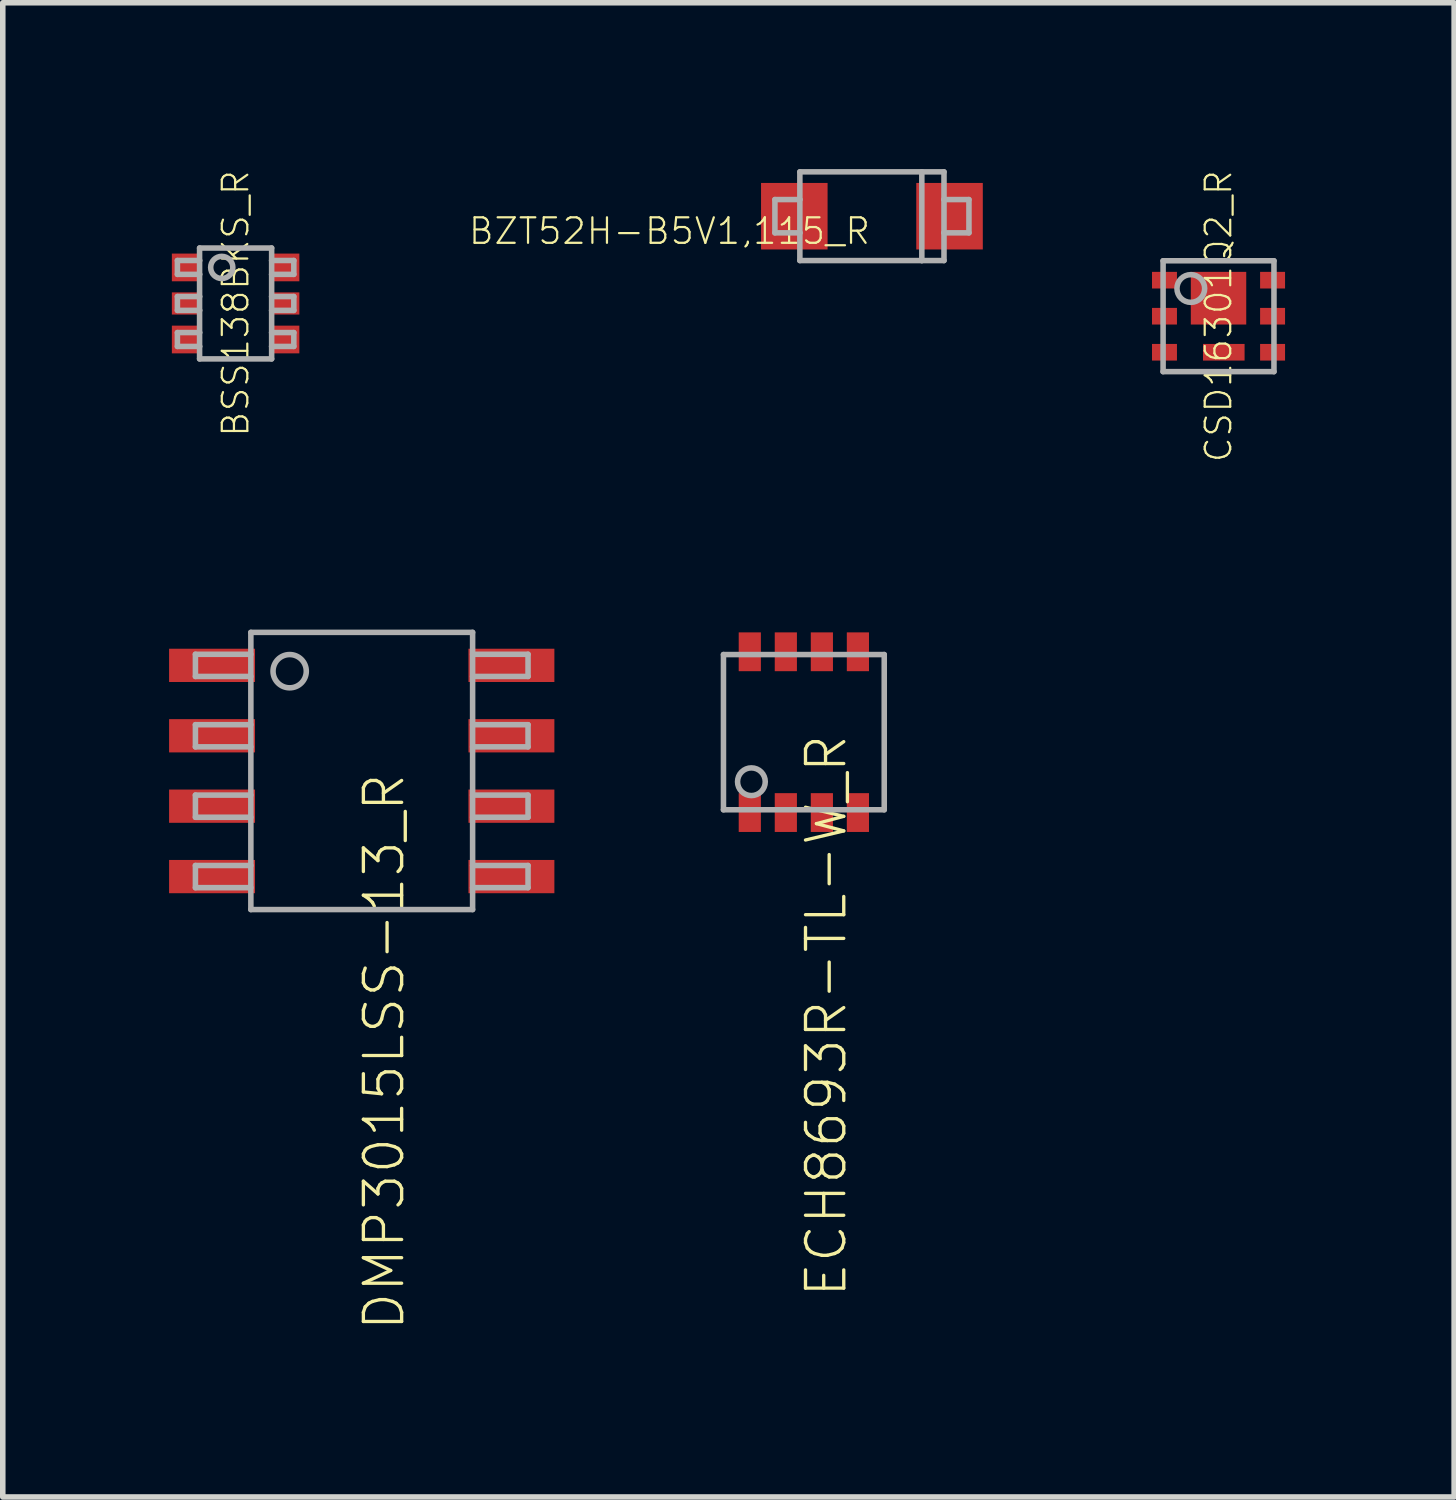
<source format=kicad_pcb>
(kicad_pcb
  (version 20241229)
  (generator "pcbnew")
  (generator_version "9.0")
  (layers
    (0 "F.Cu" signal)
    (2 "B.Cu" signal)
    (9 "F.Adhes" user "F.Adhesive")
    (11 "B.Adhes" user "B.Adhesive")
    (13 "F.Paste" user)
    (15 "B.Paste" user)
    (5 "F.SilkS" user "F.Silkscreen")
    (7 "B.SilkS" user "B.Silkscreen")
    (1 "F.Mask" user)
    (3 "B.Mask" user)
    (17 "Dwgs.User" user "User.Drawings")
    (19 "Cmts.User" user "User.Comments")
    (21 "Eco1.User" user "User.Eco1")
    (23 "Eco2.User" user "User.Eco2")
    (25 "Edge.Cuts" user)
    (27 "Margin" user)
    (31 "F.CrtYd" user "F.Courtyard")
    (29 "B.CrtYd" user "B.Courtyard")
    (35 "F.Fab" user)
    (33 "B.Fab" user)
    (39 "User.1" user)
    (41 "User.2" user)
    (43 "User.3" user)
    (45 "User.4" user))
  (footprint "BSS138BKS_R"
    (layer "F.Cu")
    (at 1.2 2.424)
    (property "Reference" "BSS138BKS_R" (at 0 0 90) (unlocked yes) (layer "F.SilkS") (effects (font (size 0.46 0.46) (thickness 0.04))))
    (fp_poly (pts (xy -1.2 -0.35) (xy -0.6 -0.35) (xy -0.6 -0.95) (xy -1.2 -0.95)) (stroke (width 0) (type default)) (fill yes) (layer "F.Mask"))
    (fp_poly (pts (xy -1.2 0.25) (xy -0.6 0.25) (xy -0.6 -0.25) (xy -1.2 -0.25)) (stroke (width 0) (type default)) (fill yes) (layer "F.Mask"))
    (fp_poly (pts (xy -1.2 0.95) (xy -0.6 0.95) (xy -0.6 0.35) (xy -1.2 0.35)) (stroke (width 0) (type default)) (fill yes) (layer "F.Mask"))
    (fp_poly (pts (xy 0.6 -0.35) (xy 1.2 -0.35) (xy 1.2 -0.95) (xy 0.6 -0.95)) (stroke (width 0) (type default)) (fill yes) (layer "F.Mask"))
    (fp_poly (pts (xy 0.6 0.25) (xy 1.2 0.25) (xy 1.2 -0.25) (xy 0.6 -0.25)) (stroke (width 0) (type default)) (fill yes) (layer "F.Mask"))
    (fp_poly (pts (xy 0.6 0.95) (xy 1.2 0.95) (xy 1.2 0.35) (xy 0.6 0.35)) (stroke (width 0) (type default)) (fill yes) (layer "F.Mask"))
    (fp_poly (pts (xy -0.65 -0.4) (xy -1.15 -0.4) (xy -1.15 -0.9) (xy -0.65 -0.9)) (stroke (width 0) (type default)) (fill yes) (layer "F.Paste"))
    (fp_poly (pts (xy -0.65 0.2) (xy -1.15 0.2) (xy -1.15 -0.2) (xy -0.65 -0.2)) (stroke (width 0) (type default)) (fill yes) (layer "F.Paste"))
    (fp_poly (pts (xy -0.65 0.9) (xy -1.15 0.9) (xy -1.15 0.4) (xy -0.65 0.4)) (stroke (width 0) (type default)) (fill yes) (layer "F.Paste"))
    (fp_poly (pts (xy 1.15 -0.4) (xy 0.65 -0.4) (xy 0.65 -0.9) (xy 1.15 -0.9)) (stroke (width 0) (type default)) (fill yes) (layer "F.Paste"))
    (fp_poly (pts (xy 1.15 0.2) (xy 0.65 0.2) (xy 0.65 -0.2) (xy 1.15 -0.2)) (stroke (width 0) (type default)) (fill yes) (layer "F.Paste"))
    (fp_poly (pts (xy 1.15 0.9) (xy 0.65 0.9) (xy 0.65 0.4) (xy 1.15 0.4)) (stroke (width 0) (type default)) (fill yes) (layer "F.Paste"))
    (fp_line (start -1.05 -0.775) (end -1.05 -0.525) (stroke (width 0.1) (type solid)) (layer "F.Fab"))
    (fp_line (start -1.05 -0.525) (end -0.65 -0.525) (stroke (width 0.1) (type solid)) (layer "F.Fab"))
    (fp_line (start -1.05 -0.125) (end -1.05 0.125) (stroke (width 0.1) (type solid)) (layer "F.Fab"))
    (fp_line (start -1.05 0.125) (end -0.65 0.125) (stroke (width 0.1) (type solid)) (layer "F.Fab"))
    (fp_line (start -1.05 0.525) (end -1.05 0.775) (stroke (width 0.1) (type solid)) (layer "F.Fab"))
    (fp_line (start -1.05 0.775) (end -0.65 0.775) (stroke (width 0.1) (type solid)) (layer "F.Fab"))
    (fp_line (start -0.65 -1) (end -0.65 -0.775) (stroke (width 0.1) (type solid)) (layer "F.Fab"))
    (fp_line (start -0.65 -1) (end 0.65 -1) (stroke (width 0.1) (type solid)) (layer "F.Fab"))
    (fp_line (start -0.65 -0.775) (end -1.05 -0.775) (stroke (width 0.1) (type solid)) (layer "F.Fab"))
    (fp_line (start -0.65 -0.775) (end -0.65 -0.525) (stroke (width 0.1) (type solid)) (layer "F.Fab"))
    (fp_line (start -0.65 -0.525) (end -0.65 -0.125) (stroke (width 0.1) (type solid)) (layer "F.Fab"))
    (fp_line (start -0.65 -0.125) (end -1.05 -0.125) (stroke (width 0.1) (type solid)) (layer "F.Fab"))
    (fp_line (start -0.65 -0.125) (end -0.65 0.125) (stroke (width 0.1) (type solid)) (layer "F.Fab"))
    (fp_line (start -0.65 0.125) (end -0.65 0.525) (stroke (width 0.1) (type solid)) (layer "F.Fab"))
    (fp_line (start -0.65 0.525) (end -1.05 0.525) (stroke (width 0.1) (type solid)) (layer "F.Fab"))
    (fp_line (start -0.65 0.525) (end -0.65 0.775) (stroke (width 0.1) (type solid)) (layer "F.Fab"))
    (fp_line (start -0.65 0.775) (end -0.65 1) (stroke (width 0.1) (type solid)) (layer "F.Fab"))
    (fp_line (start 0.65 -1) (end 0.65 -0.775) (stroke (width 0.1) (type solid)) (layer "F.Fab"))
    (fp_line (start 0.65 -0.775) (end 0.65 -0.525) (stroke (width 0.1) (type solid)) (layer "F.Fab"))
    (fp_line (start 0.65 -0.525) (end 0.65 -0.125) (stroke (width 0.1) (type solid)) (layer "F.Fab"))
    (fp_line (start 0.65 -0.525) (end 1.05 -0.525) (stroke (width 0.1) (type solid)) (layer "F.Fab"))
    (fp_line (start 0.65 -0.125) (end 0.65 0.125) (stroke (width 0.1) (type solid)) (layer "F.Fab"))
    (fp_line (start 0.65 0.125) (end 0.65 0.525) (stroke (width 0.1) (type solid)) (layer "F.Fab"))
    (fp_line (start 0.65 0.125) (end 1.05 0.125) (stroke (width 0.1) (type solid)) (layer "F.Fab"))
    (fp_line (start 0.65 0.525) (end 0.65 0.775) (stroke (width 0.1) (type solid)) (layer "F.Fab"))
    (fp_line (start 0.65 0.775) (end 0.65 1) (stroke (width 0.1) (type solid)) (layer "F.Fab"))
    (fp_line (start 0.65 0.775) (end 1.05 0.775) (stroke (width 0.1) (type solid)) (layer "F.Fab"))
    (fp_line (start 0.65 1) (end -0.65 1) (stroke (width 0.1) (type solid)) (layer "F.Fab"))
    (fp_line (start 1.05 -0.775) (end 0.65 -0.775) (stroke (width 0.1) (type solid)) (layer "F.Fab"))
    (fp_line (start 1.05 -0.525) (end 1.05 -0.775) (stroke (width 0.1) (type solid)) (layer "F.Fab"))
    (fp_line (start 1.05 -0.125) (end 0.65 -0.125) (stroke (width 0.1) (type solid)) (layer "F.Fab"))
    (fp_line (start 1.05 0.125) (end 1.05 -0.125) (stroke (width 0.1) (type solid)) (layer "F.Fab"))
    (fp_line (start 1.05 0.525) (end 0.65 0.525) (stroke (width 0.1) (type solid)) (layer "F.Fab"))
    (fp_line (start 1.05 0.775) (end 1.05 0.525) (stroke (width 0.1) (type solid)) (layer "F.Fab"))
    (fp_circle (center -0.25 -0.65) (end -0.05 -0.65) (stroke (width 0.1) (type solid)) (fill no) (layer "F.Fab"))
    (pad "1" smd rect (at -0.9 -0.65) (size 0.5 0.5) (layers "F.Cu"))
    (pad "2" smd rect (at -0.9 0) (size 0.5 0.4) (layers "F.Cu"))
    (pad "3" smd rect (at -0.9 0.65) (size 0.5 0.5) (layers "F.Cu"))
    (pad "4" smd rect (at 0.9 0.65) (size 0.5 0.5) (layers "F.Cu"))
    (pad "5" smd rect (at 0.9 0) (size 0.5 0.4) (layers "F.Cu"))
    (pad "6" smd rect (at 0.9 -0.65) (size 0.5 0.5) (layers "F.Cu")))
  (footprint "CSD16301Q2_R"
    (layer "F.Cu")
    (at 18.93 2.654)
    (property "Reference" "CSD16301Q2_R" (at 0 0 90) (unlocked yes) (layer "F.SilkS") (effects (font (size 0.46 0.46) (thickness 0.04))))
    (fp_poly (pts (xy -1.25 -0.45) (xy -0.7 -0.45) (xy -0.7 -0.85) (xy -1.25 -0.85)) (stroke (width 0) (type default)) (fill yes) (layer "F.Mask"))
    (fp_poly (pts (xy -1.25 0.2) (xy -0.7 0.2) (xy -0.7 -0.2) (xy -1.25 -0.2)) (stroke (width 0) (type default)) (fill yes) (layer "F.Mask"))
    (fp_poly (pts (xy -1.25 0.85) (xy -0.7 0.85) (xy -0.7 0.45) (xy -1.25 0.45)) (stroke (width 0) (type default)) (fill yes) (layer "F.Mask"))
    (fp_poly (pts (xy -0.55 0.2) (xy 0.55 0.2) (xy 0.55 -0.85) (xy -0.55 -0.85)) (stroke (width 0) (type default)) (fill yes) (layer "F.Mask"))
    (fp_poly (pts (xy -0.33 0.85) (xy 0.52 0.85) (xy 0.52 0.45) (xy -0.33 0.45)) (stroke (width 0) (type default)) (fill yes) (layer "F.Mask"))
    (fp_poly (pts (xy 0.7 -0.45) (xy 1.25 -0.45) (xy 1.25 -0.85) (xy 0.7 -0.85)) (stroke (width 0) (type default)) (fill yes) (layer "F.Mask"))
    (fp_poly (pts (xy 0.7 0.2) (xy 1.25 0.2) (xy 1.25 -0.2) (xy 0.7 -0.2)) (stroke (width 0) (type default)) (fill yes) (layer "F.Mask"))
    (fp_poly (pts (xy 0.7 0.85) (xy 1.25 0.85) (xy 1.25 0.45) (xy 0.7 0.45)) (stroke (width 0) (type default)) (fill yes) (layer "F.Mask"))
    (fp_poly (pts (xy -0.45 0.075) (xy 0.45 0.075) (xy 0.45 -0.725) (xy -0.45 -0.725)) (stroke (width 0) (type default)) (fill yes) (layer "F.Paste"))
    (fp_poly (pts (xy -0.26 0.8) (xy 0.45 0.8) (xy 0.45 0.5) (xy -0.26 0.5)) (stroke (width 0) (type default)) (fill yes) (layer "F.Paste"))
    (fp_line (start -1 -1) (end 1 -1) (stroke (width 0.1) (type solid)) (layer "F.Fab"))
    (fp_line (start -1 1) (end -1 -1) (stroke (width 0.1) (type solid)) (layer "F.Fab"))
    (fp_line (start 1 -1) (end 1 1) (stroke (width 0.1) (type solid)) (layer "F.Fab"))
    (fp_line (start 1 1) (end -1 1) (stroke (width 0.1) (type solid)) (layer "F.Fab"))
    (fp_circle (center -0.5 -0.5) (end -0.25 -0.5) (stroke (width 0.1) (type solid)) (fill no) (layer "F.Fab"))
    (pad "1" smd rect (at -0.975 -0.65) (size 0.45 0.3) (layers "F.Cu" "F.Paste"))
    (pad "2" smd rect (at -0.975 0) (size 0.45 0.3) (layers "F.Cu" "F.Paste"))
    (pad "3" smd rect (at -0.975 0.65) (size 0.45 0.3) (layers "F.Cu" "F.Paste"))
    (pad "4" smd rect (at 0.975 0.65) (size 0.45 0.3) (layers "F.Cu" "F.Paste"))
    (pad "5" smd rect (at 0.975 0) (size 0.45 0.3) (layers "F.Cu" "F.Paste"))
    (pad "6" smd rect (at 0.975 -0.65) (size 0.45 0.3) (layers "F.Cu" "F.Paste"))
    (pad "7" smd rect (at 0.095 0.65) (size 0.75 0.3) (layers "F.Cu"))
    (pad "8" smd rect (at 0 -0.325) (size 1 0.95) (layers "F.Cu")))
  (footprint "BZT52H-B5V1,115_R"
    (layer "F.Cu")
    (at 12.678 0.85)
    (property "Reference" "BZT52H-B5V1,115_R" (at 0 0 0) (unlocked yes) (layer "F.SilkS") (effects (font (size 0.46 0.46) (thickness 0.04)) (justify right top)))
    (fp_poly (pts (xy -0.799 0.601) (xy -2.001 0.601) (xy -2.001 -0.601) (xy -0.799 -0.601)) (stroke (width 0) (type default)) (fill yes) (layer "F.Paste"))
    (fp_poly (pts (xy 2.001 0.601) (xy 0.799 0.601) (xy 0.799 -0.601) (xy 2.001 -0.601)) (stroke (width 0) (type default)) (fill yes) (layer "F.Paste"))
    (fp_line (start -1.75 -0.3) (end -1.75 0.3) (stroke (width 0.1) (type solid)) (layer "F.Fab"))
    (fp_line (start -1.75 0.3) (end -1.3 0.3) (stroke (width 0.1) (type solid)) (layer "F.Fab"))
    (fp_line (start -1.3 -0.8) (end -1.3 -0.3) (stroke (width 0.1) (type solid)) (layer "F.Fab"))
    (fp_line (start -1.3 -0.3) (end -1.75 -0.3) (stroke (width 0.1) (type solid)) (layer "F.Fab"))
    (fp_line (start -1.3 -0.3) (end -1.3 0.3) (stroke (width 0.1) (type solid)) (layer "F.Fab"))
    (fp_line (start -1.3 0.3) (end -1.3 0.8) (stroke (width 0.1) (type solid)) (layer "F.Fab"))
    (fp_line (start -1.3 0.8) (end 0.9 0.8) (stroke (width 0.1) (type solid)) (layer "F.Fab"))
    (fp_line (start 0.9 -0.8) (end -1.3 -0.8) (stroke (width 0.1) (type solid)) (layer "F.Fab"))
    (fp_line (start 0.9 -0.8) (end 0.9 0.8) (stroke (width 0.1) (type solid)) (layer "F.Fab"))
    (fp_line (start 0.9 0.8) (end 1.3 0.8) (stroke (width 0.1) (type solid)) (layer "F.Fab"))
    (fp_line (start 1.3 -0.8) (end 0.9 -0.8) (stroke (width 0.1) (type solid)) (layer "F.Fab"))
    (fp_line (start 1.3 -0.3) (end 1.3 -0.8) (stroke (width 0.1) (type solid)) (layer "F.Fab"))
    (fp_line (start 1.3 -0.3) (end 1.75 -0.3) (stroke (width 0.1) (type solid)) (layer "F.Fab"))
    (fp_line (start 1.3 0.3) (end 1.3 -0.3) (stroke (width 0.1) (type solid)) (layer "F.Fab"))
    (fp_line (start 1.3 0.8) (end 1.3 0.3) (stroke (width 0.1) (type solid)) (layer "F.Fab"))
    (fp_line (start 1.75 -0.3) (end 1.75 0.3) (stroke (width 0.1) (type solid)) (layer "F.Fab"))
    (fp_line (start 1.75 0.3) (end 1.3 0.3) (stroke (width 0.1) (type solid)) (layer "F.Fab"))
    (pad "1" smd rect (at 1.4 0) (size 1.2 1.2) (layers "F.Cu" "F.Mask"))
    (pad "2" smd rect (at -1.4 0) (size 1.2 1.2) (layers "F.Cu" "F.Mask")))
  (footprint "ECH8693R-TL-W_R"
    (layer "F.Cu")
    (at 11.45 10.157)
    (property "Reference" "ECH8693R-TL-W_R" (at 0 0 90) (unlocked yes) (layer "F.SilkS") (effects (font (size 0.69 0.69) (thickness 0.06)) (justify right top)))
    (fp_poly (pts (xy -1.225 -1.05) (xy -0.725 -1.05) (xy -0.725 -1.85) (xy -1.225 -1.85)) (stroke (width 0) (type default)) (fill yes) (layer "F.Mask"))
    (fp_poly (pts (xy -1.225 1.85) (xy -0.725 1.85) (xy -0.725 1.05) (xy -1.225 1.05)) (stroke (width 0) (type default)) (fill yes) (layer "F.Mask"))
    (fp_poly (pts (xy -0.575 -1.05) (xy -0.075 -1.05) (xy -0.075 -1.85) (xy -0.575 -1.85)) (stroke (width 0) (type default)) (fill yes) (layer "F.Mask"))
    (fp_poly (pts (xy -0.575 1.85) (xy -0.075 1.85) (xy -0.075 1.05) (xy -0.575 1.05)) (stroke (width 0) (type default)) (fill yes) (layer "F.Mask"))
    (fp_poly (pts (xy 0.075 -1.05) (xy 0.575 -1.05) (xy 0.575 -1.85) (xy 0.075 -1.85)) (stroke (width 0) (type default)) (fill yes) (layer "F.Mask"))
    (fp_poly (pts (xy 0.075 1.85) (xy 0.575 1.85) (xy 0.575 1.05) (xy 0.075 1.05)) (stroke (width 0) (type default)) (fill yes) (layer "F.Mask"))
    (fp_poly (pts (xy 0.725 -1.05) (xy 1.225 -1.05) (xy 1.225 -1.85) (xy 0.725 -1.85)) (stroke (width 0) (type default)) (fill yes) (layer "F.Mask"))
    (fp_poly (pts (xy 0.725 1.85) (xy 1.225 1.85) (xy 1.225 1.05) (xy 0.725 1.05)) (stroke (width 0) (type default)) (fill yes) (layer "F.Mask"))
    (fp_poly (pts (xy -0.775 -1.1) (xy -1.175 -1.1) (xy -1.175 -1.8) (xy -0.775 -1.8)) (stroke (width 0) (type default)) (fill yes) (layer "F.Paste"))
    (fp_poly (pts (xy -0.775 1.8) (xy -1.175 1.8) (xy -1.175 1.1) (xy -0.775 1.1)) (stroke (width 0) (type default)) (fill yes) (layer "F.Paste"))
    (fp_poly (pts (xy -0.125 -1.1) (xy -0.525 -1.1) (xy -0.525 -1.8) (xy -0.125 -1.8)) (stroke (width 0) (type default)) (fill yes) (layer "F.Paste"))
    (fp_poly (pts (xy -0.125 1.8) (xy -0.525 1.8) (xy -0.525 1.1) (xy -0.125 1.1)) (stroke (width 0) (type default)) (fill yes) (layer "F.Paste"))
    (fp_poly (pts (xy 0.525 -1.1) (xy 0.125 -1.1) (xy 0.125 -1.8) (xy 0.525 -1.8)) (stroke (width 0) (type default)) (fill yes) (layer "F.Paste"))
    (fp_poly (pts (xy 0.525 1.8) (xy 0.125 1.8) (xy 0.125 1.1) (xy 0.525 1.1)) (stroke (width 0) (type default)) (fill yes) (layer "F.Paste"))
    (fp_poly (pts (xy 1.175 -1.1) (xy 0.775 -1.1) (xy 0.775 -1.8) (xy 1.175 -1.8)) (stroke (width 0) (type default)) (fill yes) (layer "F.Paste"))
    (fp_poly (pts (xy 1.175 1.8) (xy 0.775 1.8) (xy 0.775 1.1) (xy 1.175 1.1)) (stroke (width 0) (type default)) (fill yes) (layer "F.Paste"))
    (fp_line (start -1.45 -1.4) (end -1.45 1.4) (stroke (width 0.1) (type solid)) (layer "F.Fab"))
    (fp_line (start -1.45 1.4) (end 1.45 1.4) (stroke (width 0.1) (type solid)) (layer "F.Fab"))
    (fp_line (start 1.45 -1.4) (end -1.45 -1.4) (stroke (width 0.1) (type solid)) (layer "F.Fab"))
    (fp_line (start 1.45 1.4) (end 1.45 -1.4) (stroke (width 0.1) (type solid)) (layer "F.Fab"))
    (fp_circle (center -0.946 0.894) (end -0.696 0.894) (stroke (width 0.1) (type solid)) (fill no) (layer "F.Fab"))
    (pad "1" smd rect (at -0.975 1.45) (size 0.4 0.7) (layers "F.Cu"))
    (pad "2" smd rect (at -0.325 1.45) (size 0.4 0.7) (layers "F.Cu"))
    (pad "3" smd rect (at 0.325 1.45) (size 0.4 0.7) (layers "F.Cu"))
    (pad "4" smd rect (at 0.975 1.45) (size 0.4 0.7) (layers "F.Cu"))
    (pad "5" smd rect (at 0.975 -1.45) (size 0.4 0.7) (layers "F.Cu"))
    (pad "6" smd rect (at 0.325 -1.45) (size 0.4 0.7) (layers "F.Cu"))
    (pad "7" smd rect (at -0.325 -1.45) (size 0.4 0.7) (layers "F.Cu"))
    (pad "8" smd rect (at -0.975 -1.45) (size 0.4 0.7) (layers "F.Cu")))
  (footprint "DMP3015LSS-13_R"
    (layer "F.Cu")
    (at 3.475 10.857)
    (property "Reference" "DMP3015LSS-13_R" (at 0 0 90) (unlocked yes) (layer "F.SilkS") (effects (font (size 0.69 0.69) (thickness 0.06)) (justify right top)))
    (fp_poly (pts (xy -1.925 -1.605) (xy -3.475 -1.605) (xy -3.475 -2.205) (xy -1.925 -2.205)) (stroke (width 0) (type default)) (fill yes) (layer "F.Paste"))
    (fp_poly (pts (xy -1.925 -0.335) (xy -3.475 -0.335) (xy -3.475 -0.935) (xy -1.925 -0.935)) (stroke (width 0) (type default)) (fill yes) (layer "F.Paste"))
    (fp_poly (pts (xy -1.925 0.935) (xy -3.475 0.935) (xy -3.475 0.335) (xy -1.925 0.335)) (stroke (width 0) (type default)) (fill yes) (layer "F.Paste"))
    (fp_poly (pts (xy -1.925 2.205) (xy -3.475 2.205) (xy -3.475 1.605) (xy -1.925 1.605)) (stroke (width 0) (type default)) (fill yes) (layer "F.Paste"))
    (fp_poly (pts (xy 3.475 -1.605) (xy 1.925 -1.605) (xy 1.925 -2.205) (xy 3.475 -2.205)) (stroke (width 0) (type default)) (fill yes) (layer "F.Paste"))
    (fp_poly (pts (xy 3.475 -0.335) (xy 1.925 -0.335) (xy 1.925 -0.935) (xy 3.475 -0.935)) (stroke (width 0) (type default)) (fill yes) (layer "F.Paste"))
    (fp_poly (pts (xy 3.475 0.935) (xy 1.925 0.935) (xy 1.925 0.335) (xy 3.475 0.335)) (stroke (width 0) (type default)) (fill yes) (layer "F.Paste"))
    (fp_poly (pts (xy 3.475 2.205) (xy 1.925 2.205) (xy 1.925 1.605) (xy 3.475 1.605)) (stroke (width 0) (type default)) (fill yes) (layer "F.Paste"))
    (fp_line (start -3 -2.105) (end -2 -2.105) (stroke (width 0.1) (type solid)) (layer "F.Fab"))
    (fp_line (start -3 -1.705) (end -3 -2.105) (stroke (width 0.1) (type solid)) (layer "F.Fab"))
    (fp_line (start -3 -0.835) (end -2 -0.835) (stroke (width 0.1) (type solid)) (layer "F.Fab"))
    (fp_line (start -3 -0.435) (end -3 -0.835) (stroke (width 0.1) (type solid)) (layer "F.Fab"))
    (fp_line (start -3 0.435) (end -2 0.435) (stroke (width 0.1) (type solid)) (layer "F.Fab"))
    (fp_line (start -3 0.835) (end -3 0.435) (stroke (width 0.1) (type solid)) (layer "F.Fab"))
    (fp_line (start -3 1.705) (end -2 1.705) (stroke (width 0.1) (type solid)) (layer "F.Fab"))
    (fp_line (start -3 2.105) (end -3 1.705) (stroke (width 0.1) (type solid)) (layer "F.Fab"))
    (fp_line (start -2 -2.5) (end 2 -2.5) (stroke (width 0.1) (type solid)) (layer "F.Fab"))
    (fp_line (start -2 -1.705) (end -3 -1.705) (stroke (width 0.1) (type solid)) (layer "F.Fab"))
    (fp_line (start -2 -0.435) (end -3 -0.435) (stroke (width 0.1) (type solid)) (layer "F.Fab"))
    (fp_line (start -2 0.835) (end -3 0.835) (stroke (width 0.1) (type solid)) (layer "F.Fab"))
    (fp_line (start -2 2.105) (end -3 2.105) (stroke (width 0.1) (type solid)) (layer "F.Fab"))
    (fp_line (start -2 2.5) (end -2 -2.5) (stroke (width 0.1) (type solid)) (layer "F.Fab"))
    (fp_line (start 2 -2.5) (end 2 2.5) (stroke (width 0.1) (type solid)) (layer "F.Fab"))
    (fp_line (start 2 -2.105) (end 3 -2.105) (stroke (width 0.1) (type solid)) (layer "F.Fab"))
    (fp_line (start 2 -0.835) (end 3 -0.835) (stroke (width 0.1) (type solid)) (layer "F.Fab"))
    (fp_line (start 2 0.435) (end 3 0.435) (stroke (width 0.1) (type solid)) (layer "F.Fab"))
    (fp_line (start 2 1.705) (end 3 1.705) (stroke (width 0.1) (type solid)) (layer "F.Fab"))
    (fp_line (start 2 2.5) (end -2 2.5) (stroke (width 0.1) (type solid)) (layer "F.Fab"))
    (fp_line (start 3 -2.105) (end 3 -1.705) (stroke (width 0.1) (type solid)) (layer "F.Fab"))
    (fp_line (start 3 -1.705) (end 2 -1.705) (stroke (width 0.1) (type solid)) (layer "F.Fab"))
    (fp_line (start 3 -0.835) (end 3 -0.435) (stroke (width 0.1) (type solid)) (layer "F.Fab"))
    (fp_line (start 3 -0.435) (end 2 -0.435) (stroke (width 0.1) (type solid)) (layer "F.Fab"))
    (fp_line (start 3 0.435) (end 3 0.835) (stroke (width 0.1) (type solid)) (layer "F.Fab"))
    (fp_line (start 3 0.835) (end 2 0.835) (stroke (width 0.1) (type solid)) (layer "F.Fab"))
    (fp_line (start 3 1.705) (end 3 2.105) (stroke (width 0.1) (type solid)) (layer "F.Fab"))
    (fp_line (start 3 2.105) (end 2 2.105) (stroke (width 0.1) (type solid)) (layer "F.Fab"))
    (fp_circle (center -1.3 -1.8) (end -1 -1.8) (stroke (width 0.1) (type solid)) (fill no) (layer "F.Fab"))
    (pad "1" smd rect (at -2.7 -1.905 270) (size 0.6 1.55) (layers "F.Cu" "F.Mask"))
    (pad "2" smd rect (at -2.7 -0.635 270) (size 0.6 1.55) (layers "F.Cu" "F.Mask"))
    (pad "3" smd rect (at -2.7 0.635 270) (size 0.6 1.55) (layers "F.Cu" "F.Mask"))
    (pad "4" smd rect (at -2.7 1.905 270) (size 0.6 1.55) (layers "F.Cu" "F.Mask"))
    (pad "5" smd rect (at 2.7 1.905 270) (size 0.6 1.55) (layers "F.Cu" "F.Mask"))
    (pad "6" smd rect (at 2.7 0.635 270) (size 0.6 1.55) (layers "F.Cu" "F.Mask"))
    (pad "7" smd rect (at 2.7 -0.635 270) (size 0.6 1.55) (layers "F.Cu" "F.Mask"))
    (pad "8" smd rect (at 2.7 -1.905 270) (size 0.6 1.55) (layers "F.Cu" "F.Mask")))
  (gr_rect
    (start -3 -3)
    (end 23.18 23.953)
    (stroke (width 0.1) (type default))
    (fill no)
    (layer "Edge.Cuts")))
</source>
